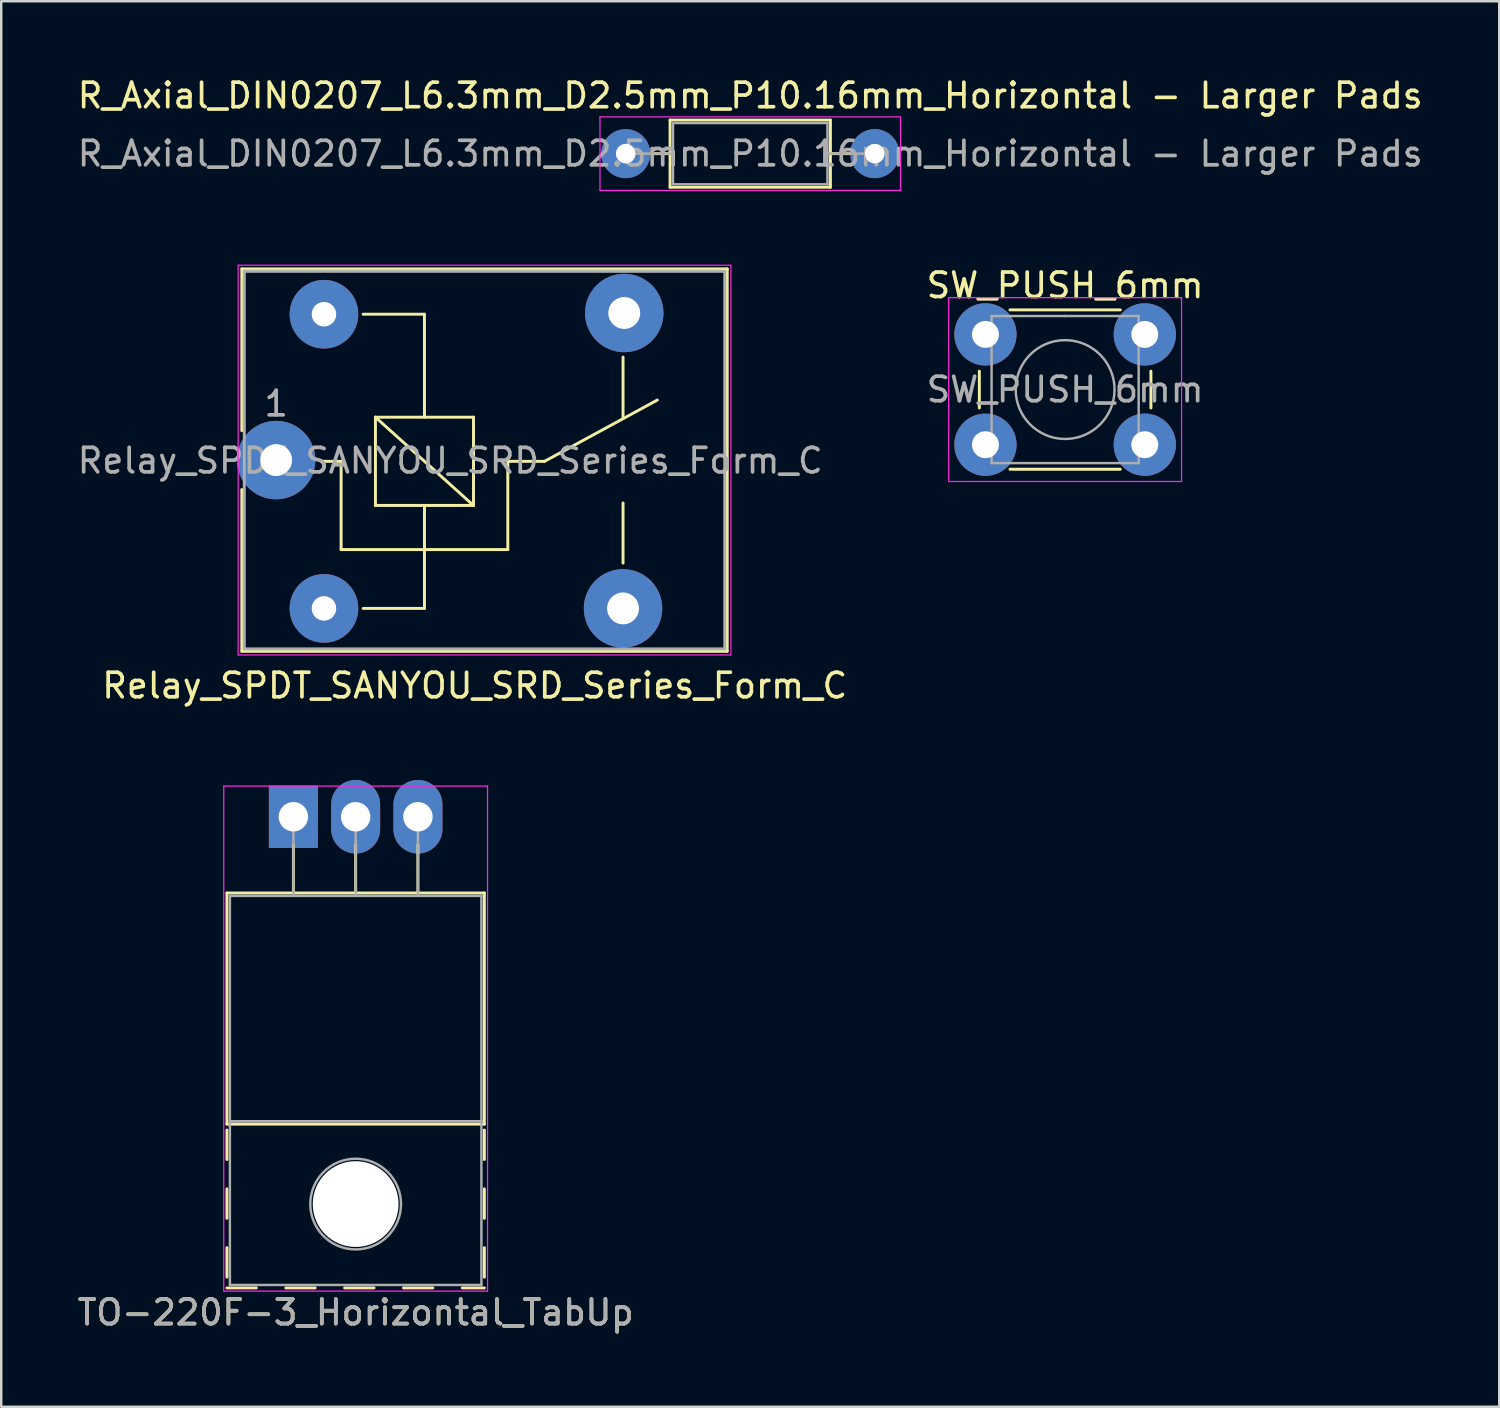
<source format=kicad_pcb>
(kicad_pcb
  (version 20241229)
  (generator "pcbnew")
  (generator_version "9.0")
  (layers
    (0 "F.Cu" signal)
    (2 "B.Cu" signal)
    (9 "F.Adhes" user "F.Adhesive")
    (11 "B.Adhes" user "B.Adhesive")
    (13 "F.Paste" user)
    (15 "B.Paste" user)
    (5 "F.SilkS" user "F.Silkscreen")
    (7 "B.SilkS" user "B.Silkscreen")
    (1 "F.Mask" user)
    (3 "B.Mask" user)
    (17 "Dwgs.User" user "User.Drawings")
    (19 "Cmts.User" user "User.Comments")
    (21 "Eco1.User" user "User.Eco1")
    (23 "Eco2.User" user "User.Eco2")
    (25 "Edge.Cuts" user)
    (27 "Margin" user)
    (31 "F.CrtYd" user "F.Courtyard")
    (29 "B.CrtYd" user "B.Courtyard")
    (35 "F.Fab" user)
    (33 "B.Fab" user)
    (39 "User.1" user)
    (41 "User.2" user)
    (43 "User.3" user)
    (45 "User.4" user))
  (footprint "TO-220F-3_Horizontal_TabUp"
    (layer "F.Cu")
    (at 8.918 30.267)
    (property "Reference" "TO-220F-3_Horizontal_TabUp" (at 2.54 20.22 0) (layer "F.SilkS") (effects (font (size 1 1) (thickness 0.15))))
    (attr through_hole)
    (fp_line (start -2.71 3.11) (end -2.71 12.54) (stroke (width 0.12) (type solid)) (layer "F.SilkS"))
    (fp_line (start -2.71 3.11) (end 7.79 3.11) (stroke (width 0.12) (type solid)) (layer "F.SilkS"))
    (fp_line (start -2.71 12.54) (end 7.79 12.54) (stroke (width 0.12) (type solid)) (layer "F.SilkS"))
    (fp_line (start -2.71 12.78) (end -2.71 13.98) (stroke (width 0.12) (type solid)) (layer "F.SilkS"))
    (fp_line (start -2.71 15.18) (end -2.71 16.38) (stroke (width 0.12) (type solid)) (layer "F.SilkS"))
    (fp_line (start -2.71 17.58) (end -2.71 18.78) (stroke (width 0.12) (type solid)) (layer "F.SilkS"))
    (fp_line (start -2.71 19.22) (end -1.51 19.22) (stroke (width 0.12) (type solid)) (layer "F.SilkS"))
    (fp_line (start -0.311 19.22) (end 0.89 19.22) (stroke (width 0.12) (type solid)) (layer "F.SilkS"))
    (fp_line (start 0 1.15) (end 0 3.11) (stroke (width 0.12) (type solid)) (layer "F.SilkS"))
    (fp_line (start 2.09 19.22) (end 3.29 19.22) (stroke (width 0.12) (type solid)) (layer "F.SilkS"))
    (fp_line (start 2.54 1.15) (end 2.54 3.11) (stroke (width 0.12) (type solid)) (layer "F.SilkS"))
    (fp_line (start 4.49 19.22) (end 5.69 19.22) (stroke (width 0.12) (type solid)) (layer "F.SilkS"))
    (fp_line (start 5.08 1.15) (end 5.08 3.11) (stroke (width 0.12) (type solid)) (layer "F.SilkS"))
    (fp_line (start 6.89 19.22) (end 7.79 19.22) (stroke (width 0.12) (type solid)) (layer "F.SilkS"))
    (fp_line (start 7.79 3.11) (end 7.79 12.54) (stroke (width 0.12) (type solid)) (layer "F.SilkS"))
    (fp_line (start 7.79 12.78) (end 7.79 13.98) (stroke (width 0.12) (type solid)) (layer "F.SilkS"))
    (fp_line (start 7.79 15.18) (end 7.79 16.38) (stroke (width 0.12) (type solid)) (layer "F.SilkS"))
    (fp_line (start 7.79 17.58) (end 7.79 18.78) (stroke (width 0.12) (type solid)) (layer "F.SilkS"))
    (fp_line (start -2.84 -1.25) (end -2.84 19.35) (stroke (width 0.05) (type solid)) (layer "F.CrtYd"))
    (fp_line (start -2.84 19.35) (end 7.92 19.35) (stroke (width 0.05) (type solid)) (layer "F.CrtYd"))
    (fp_line (start 7.92 -1.25) (end -2.84 -1.25) (stroke (width 0.05) (type solid)) (layer "F.CrtYd"))
    (fp_line (start 7.92 19.35) (end 7.92 -1.25) (stroke (width 0.05) (type solid)) (layer "F.CrtYd"))
    (fp_line (start -2.59 3.23) (end -2.59 12.42) (stroke (width 0.1) (type solid)) (layer "F.Fab"))
    (fp_line (start -2.59 12.42) (end -2.59 19.1) (stroke (width 0.1) (type solid)) (layer "F.Fab"))
    (fp_line (start -2.59 12.42) (end 7.67 12.42) (stroke (width 0.1) (type solid)) (layer "F.Fab"))
    (fp_line (start -2.59 19.1) (end 7.67 19.1) (stroke (width 0.1) (type solid)) (layer "F.Fab"))
    (fp_line (start 0 3.23) (end 0 0) (stroke (width 0.1) (type solid)) (layer "F.Fab"))
    (fp_line (start 2.54 3.23) (end 2.54 0) (stroke (width 0.1) (type solid)) (layer "F.Fab"))
    (fp_line (start 5.08 3.23) (end 5.08 0) (stroke (width 0.1) (type solid)) (layer "F.Fab"))
    (fp_line (start 7.67 3.23) (end -2.59 3.23) (stroke (width 0.1) (type solid)) (layer "F.Fab"))
    (fp_line (start 7.67 12.42) (end -2.59 12.42) (stroke (width 0.1) (type solid)) (layer "F.Fab"))
    (fp_line (start 7.67 12.42) (end 7.67 3.23) (stroke (width 0.1) (type solid)) (layer "F.Fab"))
    (fp_line (start 7.67 19.1) (end 7.67 12.42) (stroke (width 0.1) (type solid)) (layer "F.Fab"))
    (fp_circle (center 2.54 15.8) (end 4.39 15.8) (stroke (width 0.1) (type solid)) (fill no) (layer "F.Fab"))
    (fp_text user "${REFERENCE}" (at 2.54 20.22 0) (layer "F.Fab") (effects (font (size 1 1) (thickness 0.15))))
    (pad "" np_thru_hole oval (at 2.54 15.8) (size 3.5 3.5) (drill 3.5) (layers "*.Cu" "*.Mask"))
    (pad "1" thru_hole rect (at 0 0) (size 2 2.54) (drill 1.2) (layers "*.Cu" "*.Mask"))
    (pad "2" thru_hole oval (at 2.54 0) (size 2 3) (drill 1.2) (layers "*.Cu" "*.Mask"))
    (pad "3" thru_hole oval (at 5.08 0) (size 2 3) (drill 1.2) (layers "*.Cu" "*.Mask")))
  (footprint "R_Axial_DIN0207_L6.3mm_D2.5mm_P10.16mm_Horizontal - Larger Pads"
    (layer "F.Cu")
    (at 22.474 3.218)
    (property "Reference" "R_Axial_DIN0207_L6.3mm_D2.5mm_P10.16mm_Horizontal - Larger Pads" (at 5.08 -2.37 0) (layer "F.SilkS") (effects (font (size 1 1) (thickness 0.15))))
    (attr through_hole)
    (fp_line (start 1.04 0) (end 1.81 0) (stroke (width 0.12) (type solid)) (layer "F.SilkS"))
    (fp_line (start 1.81 -1.37) (end 1.81 1.37) (stroke (width 0.12) (type solid)) (layer "F.SilkS"))
    (fp_line (start 1.81 1.37) (end 8.35 1.37) (stroke (width 0.12) (type solid)) (layer "F.SilkS"))
    (fp_line (start 8.35 -1.37) (end 1.81 -1.37) (stroke (width 0.12) (type solid)) (layer "F.SilkS"))
    (fp_line (start 8.35 1.37) (end 8.35 -1.37) (stroke (width 0.12) (type solid)) (layer "F.SilkS"))
    (fp_line (start 9.12 0) (end 8.35 0) (stroke (width 0.12) (type solid)) (layer "F.SilkS"))
    (fp_line (start -1.05 -1.5) (end -1.05 1.5) (stroke (width 0.05) (type solid)) (layer "F.CrtYd"))
    (fp_line (start -1.05 1.5) (end 11.21 1.5) (stroke (width 0.05) (type solid)) (layer "F.CrtYd"))
    (fp_line (start 11.21 -1.5) (end -1.05 -1.5) (stroke (width 0.05) (type solid)) (layer "F.CrtYd"))
    (fp_line (start 11.21 1.5) (end 11.21 -1.5) (stroke (width 0.05) (type solid)) (layer "F.CrtYd"))
    (fp_line (start 0 0) (end 1.93 0) (stroke (width 0.1) (type solid)) (layer "F.Fab"))
    (fp_line (start 1.93 -1.25) (end 1.93 1.25) (stroke (width 0.1) (type solid)) (layer "F.Fab"))
    (fp_line (start 1.93 1.25) (end 8.23 1.25) (stroke (width 0.1) (type solid)) (layer "F.Fab"))
    (fp_line (start 8.23 -1.25) (end 1.93 -1.25) (stroke (width 0.1) (type solid)) (layer "F.Fab"))
    (fp_line (start 8.23 1.25) (end 8.23 -1.25) (stroke (width 0.1) (type solid)) (layer "F.Fab"))
    (fp_line (start 10.16 0) (end 8.23 0) (stroke (width 0.1) (type solid)) (layer "F.Fab"))
    (fp_text user "${REFERENCE}" (at 5.08 0 0) (layer "F.Fab") (effects (font (size 1 1) (thickness 0.15))))
    (pad "1" thru_hole circle (at 0 0) (size 2 2) (drill 0.8) (layers "*.Cu" "*.Mask"))
    (pad "2" thru_hole circle (at 10.16 0) (size 2 2) (drill 0.8) (layers "*.Cu" "*.Mask")))
  (footprint "Relay_SPDT_SANYOU_SRD_Series_Form_C"
    (layer "F.Cu")
    (at 8.215 15.718)
    (property "Reference" "Relay_SPDT_SANYOU_SRD_Series_Form_C" (at 8.1 9.2 0) (layer "F.SilkS") (effects (font (size 1 1) (thickness 0.15))))
    (attr through_hole)
    (fp_line (start -1.4 -7.8) (end -1.4 -1.2) (stroke (width 0.12) (type solid)) (layer "F.SilkS"))
    (fp_line (start -1.4 -7.8) (end 18.4 -7.8) (stroke (width 0.12) (type solid)) (layer "F.SilkS"))
    (fp_line (start -1.4 1.2) (end -1.4 7.8) (stroke (width 0.12) (type solid)) (layer "F.SilkS"))
    (fp_line (start 2.65 0.05) (end 1.85 0.05) (stroke (width 0.12) (type solid)) (layer "F.SilkS"))
    (fp_line (start 2.65 0.05) (end 2.65 3.65) (stroke (width 0.12) (type solid)) (layer "F.SilkS"))
    (fp_line (start 3.55 6.05) (end 6.05 6.05) (stroke (width 0.12) (type solid)) (layer "F.SilkS"))
    (fp_line (start 4.05 -1.75) (end 8.05 -1.75) (stroke (width 0.12) (type solid)) (layer "F.SilkS"))
    (fp_line (start 4.05 1.85) (end 4.05 -1.75) (stroke (width 0.12) (type solid)) (layer "F.SilkS"))
    (fp_line (start 6.05 -5.95) (end 3.55 -5.95) (stroke (width 0.12) (type solid)) (layer "F.SilkS"))
    (fp_line (start 6.05 -5.95) (end 6.05 -1.75) (stroke (width 0.12) (type solid)) (layer "F.SilkS"))
    (fp_line (start 6.05 1.85) (end 6.05 6.05) (stroke (width 0.12) (type solid)) (layer "F.SilkS"))
    (fp_line (start 8.05 -1.75) (end 8.05 1.85) (stroke (width 0.12) (type solid)) (layer "F.SilkS"))
    (fp_line (start 8.05 1.85) (end 4.05 -1.75) (stroke (width 0.12) (type solid)) (layer "F.SilkS"))
    (fp_line (start 8.05 1.85) (end 4.05 1.85) (stroke (width 0.12) (type solid)) (layer "F.SilkS"))
    (fp_line (start 9.45 0.05) (end 9.45 3.65) (stroke (width 0.12) (type solid)) (layer "F.SilkS"))
    (fp_line (start 9.45 0.05) (end 10.95 0.05) (stroke (width 0.12) (type solid)) (layer "F.SilkS"))
    (fp_line (start 9.45 3.65) (end 2.65 3.65) (stroke (width 0.12) (type solid)) (layer "F.SilkS"))
    (fp_line (start 10.95 0.05) (end 15.55 -2.45) (stroke (width 0.12) (type solid)) (layer "F.SilkS"))
    (fp_line (start 14.15 -4.2) (end 14.15 -1.7) (stroke (width 0.12) (type solid)) (layer "F.SilkS"))
    (fp_line (start 14.15 4.2) (end 14.15 1.75) (stroke (width 0.12) (type solid)) (layer "F.SilkS"))
    (fp_line (start 18.4 -7.8) (end 18.4 7.8) (stroke (width 0.12) (type solid)) (layer "F.SilkS"))
    (fp_line (start 18.4 7.8) (end -1.4 7.8) (stroke (width 0.12) (type solid)) (layer "F.SilkS"))
    (fp_line (start -1.55 7.95) (end -1.55 -7.95) (stroke (width 0.05) (type solid)) (layer "F.CrtYd"))
    (fp_line (start -1.55 7.95) (end 18.55 7.95) (stroke (width 0.05) (type solid)) (layer "F.CrtYd"))
    (fp_line (start 18.55 -7.95) (end -1.55 -7.95) (stroke (width 0.05) (type solid)) (layer "F.CrtYd"))
    (fp_line (start 18.55 -7.95) (end 18.55 7.95) (stroke (width 0.05) (type solid)) (layer "F.CrtYd"))
    (fp_line (start -1.3 -7.7) (end 18.3 -7.7) (stroke (width 0.12) (type solid)) (layer "F.Fab"))
    (fp_line (start -1.3 7.7) (end -1.3 -7.7) (stroke (width 0.12) (type solid)) (layer "F.Fab"))
    (fp_line (start 18.3 -7.7) (end 18.3 7.7) (stroke (width 0.12) (type solid)) (layer "F.Fab"))
    (fp_line (start 18.3 7.7) (end -1.3 7.7) (stroke (width 0.12) (type solid)) (layer "F.Fab"))
    (fp_text user "1" (at 0 -2.3 0) (layer "F.Fab") (effects (font (size 1 1) (thickness 0.15))))
    (fp_text user "${REFERENCE}" (at 7.1 0.025 0) (layer "F.Fab") (effects (font (size 1 1) (thickness 0.15))))
    (pad "1" thru_hole circle (at 0 0 90) (size 3.2 3.2) (drill 1.3) (layers "*.Cu" "*.Mask"))
    (pad "2" thru_hole circle (at 1.95 6.05 90) (size 2.8 2.8) (drill 1) (layers "*.Cu" "*.Mask"))
    (pad "3" thru_hole circle (at 14.15 6.05 90) (size 3.2 3.2) (drill 1.3) (layers "*.Cu" "*.Mask"))
    (pad "4" thru_hole circle (at 14.2 -6 90) (size 3.2 3.2) (drill 1.3) (layers "*.Cu" "*.Mask"))
    (pad "5" thru_hole circle (at 1.95 -5.95 90) (size 2.8 2.8) (drill 1) (layers "*.Cu" "*.Mask")))
  (footprint "SW_PUSH_6mm"
    (layer "F.Cu")
    (at 37.149 10.591)
    (property "Reference" "SW_PUSH_6mm" (at 3.25 -2 0) (layer "F.SilkS") (effects (font (size 1 1) (thickness 0.15))))
    (attr through_hole)
    (fp_line (start -0.25 1.5) (end -0.25 3) (stroke (width 0.12) (type solid)) (layer "F.SilkS"))
    (fp_line (start 1 5.5) (end 5.5 5.5) (stroke (width 0.12) (type solid)) (layer "F.SilkS"))
    (fp_line (start 5.5 -1) (end 1 -1) (stroke (width 0.12) (type solid)) (layer "F.SilkS"))
    (fp_line (start 6.75 3) (end 6.75 1.5) (stroke (width 0.12) (type solid)) (layer "F.SilkS"))
    (fp_line (start -1.5 -1.5) (end -1.25 -1.5) (stroke (width 0.05) (type solid)) (layer "F.CrtYd"))
    (fp_line (start -1.5 -1.25) (end -1.5 -1.5) (stroke (width 0.05) (type solid)) (layer "F.CrtYd"))
    (fp_line (start -1.5 5.75) (end -1.5 -1.25) (stroke (width 0.05) (type solid)) (layer "F.CrtYd"))
    (fp_line (start -1.5 5.75) (end -1.5 6) (stroke (width 0.05) (type solid)) (layer "F.CrtYd"))
    (fp_line (start -1.5 6) (end -1.25 6) (stroke (width 0.05) (type solid)) (layer "F.CrtYd"))
    (fp_line (start -1.25 -1.5) (end 7.75 -1.5) (stroke (width 0.05) (type solid)) (layer "F.CrtYd"))
    (fp_line (start 7.75 -1.5) (end 8 -1.5) (stroke (width 0.05) (type solid)) (layer "F.CrtYd"))
    (fp_line (start 7.75 6) (end -1.25 6) (stroke (width 0.05) (type solid)) (layer "F.CrtYd"))
    (fp_line (start 7.75 6) (end 8 6) (stroke (width 0.05) (type solid)) (layer "F.CrtYd"))
    (fp_line (start 8 -1.5) (end 8 -1.25) (stroke (width 0.05) (type solid)) (layer "F.CrtYd"))
    (fp_line (start 8 -1.25) (end 8 5.75) (stroke (width 0.05) (type solid)) (layer "F.CrtYd"))
    (fp_line (start 8 6) (end 8 5.75) (stroke (width 0.05) (type solid)) (layer "F.CrtYd"))
    (fp_line (start 0.25 -0.75) (end 3.25 -0.75) (stroke (width 0.1) (type solid)) (layer "F.Fab"))
    (fp_line (start 0.25 5.25) (end 0.25 -0.75) (stroke (width 0.1) (type solid)) (layer "F.Fab"))
    (fp_line (start 3.25 -0.75) (end 6.25 -0.75) (stroke (width 0.1) (type solid)) (layer "F.Fab"))
    (fp_line (start 6.25 -0.75) (end 6.25 5.25) (stroke (width 0.1) (type solid)) (layer "F.Fab"))
    (fp_line (start 6.25 5.25) (end 0.25 5.25) (stroke (width 0.1) (type solid)) (layer "F.Fab"))
    (fp_circle (center 3.25 2.25) (end 1.25 2.5) (stroke (width 0.1) (type solid)) (fill no) (layer "F.Fab"))
    (fp_text user "${REFERENCE}" (at 3.25 2.25 0) (layer "F.Fab") (effects (font (size 1 1) (thickness 0.15))))
    (pad "1" thru_hole circle (at 0 0 90) (size 2.54 2.54) (drill 1.1) (layers "*.Cu" "*.Mask"))
    (pad "1" thru_hole circle (at 6.5 0 90) (size 2.54 2.54) (drill 1.1) (layers "*.Cu" "*.Mask"))
    (pad "2" thru_hole circle (at 0 4.5 90) (size 2.54 2.54) (drill 1.1) (layers "*.Cu" "*.Mask"))
    (pad "2" thru_hole circle (at 6.5 4.5 90) (size 2.54 2.54) (drill 1.1) (layers "*.Cu" "*.Mask")))
  (gr_rect
    (start -3 -3)
    (end 58.107 54.335)
    (stroke (width 0.1) (type default))
    (fill no)
    (layer "Edge.Cuts")))
</source>
